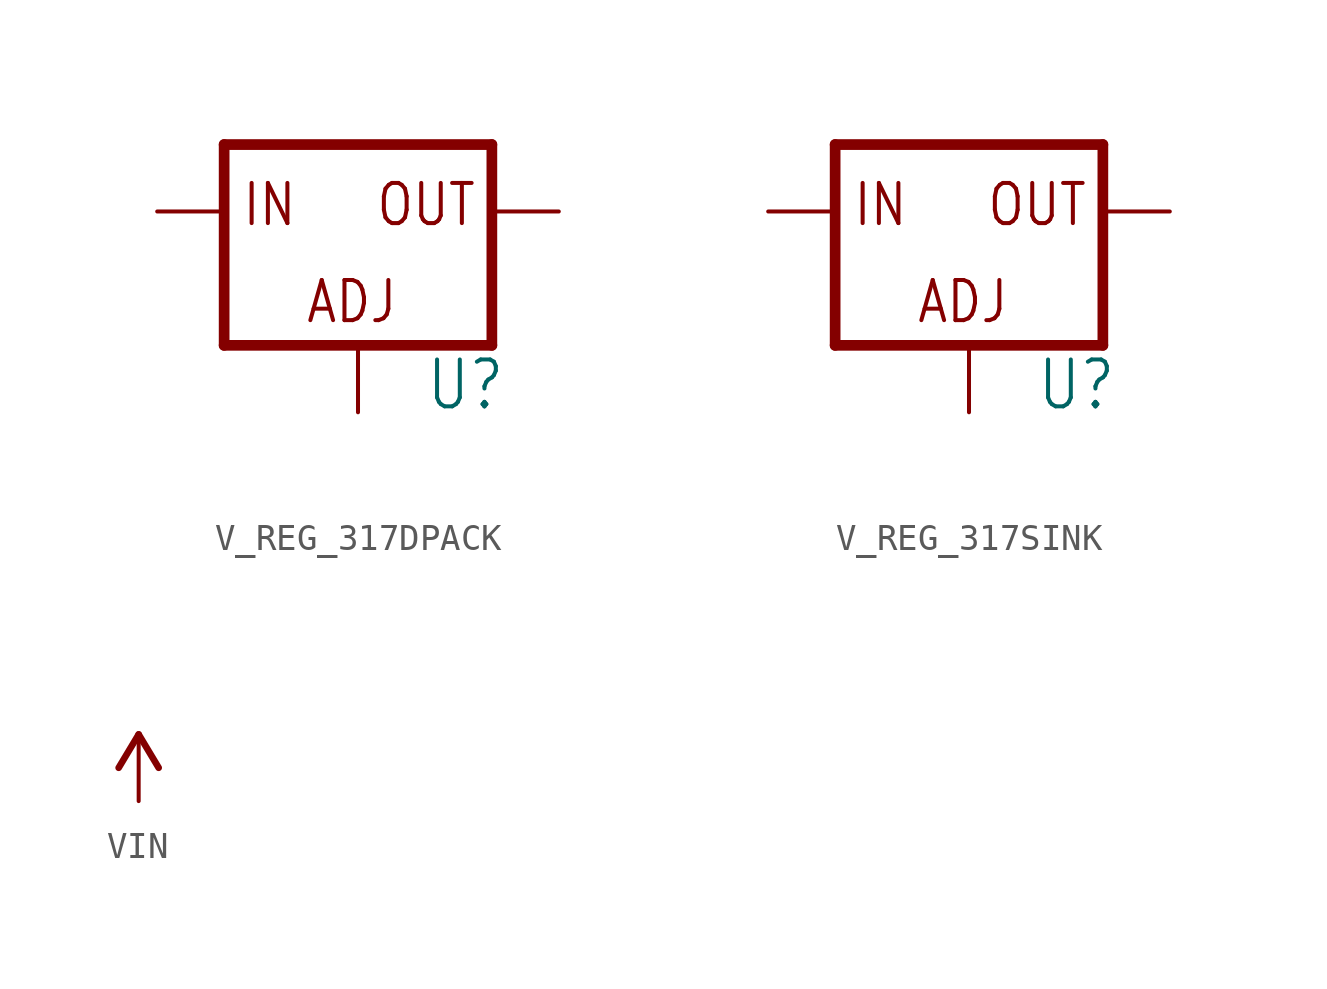
<source format=kicad_sym>
(kicad_symbol_lib
  (version 20231120)
  (generator "kicad_symbol_editor")
  (generator_version "8.0")
  (symbol "V_REG_317DPACK"
    (property "Reference" "U"
      (at 2.54 -7.62 0)
      (effects (font (size 1.778 1.511)) (justify left bottom)))
    (property "Value" ""
      (at 2.54 -10.16 0)
      (effects (font (size 1.778 1.511)) (justify left bottom)))
    (property "ki_locked" ""
      (at 0 0 0)
      (effects (font (size 1.27 1.27))))
    (symbol "V_REG_317DPACK_1_0"
      (polyline (pts (xy -5.08 -5.08) (xy 5.08 -5.08)) (stroke (width 0.406) (type solid)) (fill (type none)))
      (polyline (pts (xy -5.08 2.54) (xy -5.08 -5.08)) (stroke (width 0.406) (type solid)) (fill (type none)))
      (polyline (pts (xy 5.08 -5.08) (xy 5.08 2.54)) (stroke (width 0.406) (type solid)) (fill (type none)))
      (polyline (pts (xy 5.08 2.54) (xy -5.08 2.54)) (stroke (width 0.406) (type solid)) (fill (type none)))
      (text "ADJ" (at -2.032 -4.318 0) (effects (font (size 1.524 1.295)) (justify left bottom)))
      (text "IN" (at -4.445 -0.635 0) (effects (font (size 1.524 1.295)) (justify left bottom)))
      (text "OUT" (at 0.635 -0.635 0) (effects (font (size 1.524 1.295)) (justify left bottom)))
      (pin input line (at 0 -7.62 90) (length 2.54) (name "ADJ" (effects (font (size 0 0)))) (number "1" (effects (font (size 0 0)))))
      (pin input line (at -7.62 0 0) (length 2.54) (name "IN" (effects (font (size 0 0)))) (number "3" (effects (font (size 0 0)))))
      (pin passive line (at 7.62 0 180) (length 2.54) (name "OUT" (effects (font (size 0 0)))) (number "4" (effects (font (size 0 0)))))))
  (symbol "V_REG_317SINK"
    (property "Reference" "U"
      (at 2.54 -7.62 0)
      (effects (font (size 1.778 1.511)) (justify left bottom)))
    (property "Value" ""
      (at 2.54 -10.16 0)
      (effects (font (size 1.778 1.511)) (justify left bottom)))
    (property "ki_locked" ""
      (at 0 0 0)
      (effects (font (size 1.27 1.27))))
    (symbol "V_REG_317SINK_1_0"
      (polyline (pts (xy -5.08 -5.08) (xy 5.08 -5.08)) (stroke (width 0.406) (type solid)) (fill (type none)))
      (polyline (pts (xy -5.08 2.54) (xy -5.08 -5.08)) (stroke (width 0.406) (type solid)) (fill (type none)))
      (polyline (pts (xy 5.08 -5.08) (xy 5.08 2.54)) (stroke (width 0.406) (type solid)) (fill (type none)))
      (polyline (pts (xy 5.08 2.54) (xy -5.08 2.54)) (stroke (width 0.406) (type solid)) (fill (type none)))
      (text "ADJ" (at -2.032 -4.318 0) (effects (font (size 1.524 1.295)) (justify left bottom)))
      (text "IN" (at -4.445 -0.635 0) (effects (font (size 1.524 1.295)) (justify left bottom)))
      (text "OUT" (at 0.635 -0.635 0) (effects (font (size 1.524 1.295)) (justify left bottom)))
      (pin input line (at 0 -7.62 90) (length 2.54) (name "ADJ" (effects (font (size 0 0)))) (number "ADJ" (effects (font (size 0 0)))))
      (pin input line (at -7.62 0 0) (length 2.54) (name "IN" (effects (font (size 0 0)))) (number "IN" (effects (font (size 0 0)))))
      (pin passive line (at 7.62 0 180) (length 2.54) (name "OUT" (effects (font (size 0 0)))) (number "OUT" (effects (font (size 0 0)))))))
  (symbol "VIN"
    (power)
    (property "Reference" "#SUPPLY"
      (at 0 0 0)
      (effects (font (size 1.27 1.27)) (hide yes)))
    (property "Value" ""
      (at -1.016 3.556 0)
      (effects (font (size 1.778 1.511)) (justify left bottom)))
    (property "ki_locked" ""
      (at 0 0 0)
      (effects (font (size 1.27 1.27))))
    (symbol "VIN_1_0"
      (polyline (pts (xy 0 2.54) (xy -0.762 1.27)) (stroke (width 0.254) (type solid)) (fill (type none)))
      (polyline (pts (xy 0.762 1.27) (xy 0 2.54)) (stroke (width 0.254) (type solid)) (fill (type none)))
      (pin power_in line (at 0 0 90) (length 2.54) (name "VIN" (effects (font (size 0 0)))) (number "1" (effects (font (size 0 0))))))))
</source>
